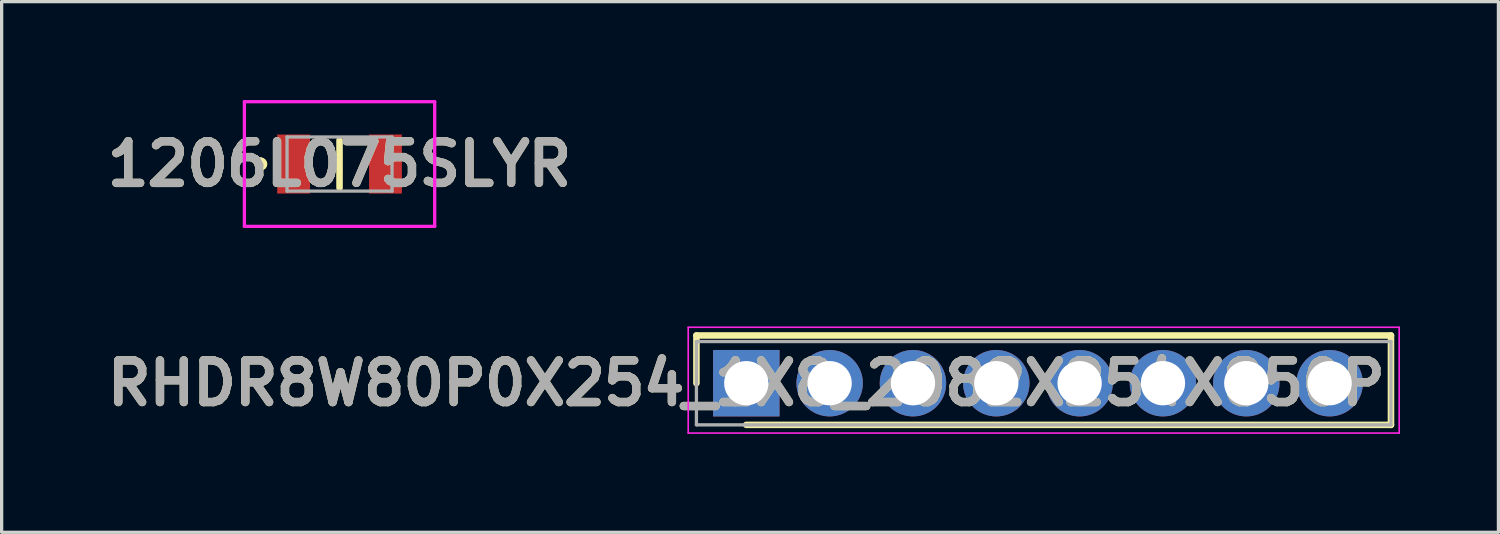
<source format=kicad_pcb>
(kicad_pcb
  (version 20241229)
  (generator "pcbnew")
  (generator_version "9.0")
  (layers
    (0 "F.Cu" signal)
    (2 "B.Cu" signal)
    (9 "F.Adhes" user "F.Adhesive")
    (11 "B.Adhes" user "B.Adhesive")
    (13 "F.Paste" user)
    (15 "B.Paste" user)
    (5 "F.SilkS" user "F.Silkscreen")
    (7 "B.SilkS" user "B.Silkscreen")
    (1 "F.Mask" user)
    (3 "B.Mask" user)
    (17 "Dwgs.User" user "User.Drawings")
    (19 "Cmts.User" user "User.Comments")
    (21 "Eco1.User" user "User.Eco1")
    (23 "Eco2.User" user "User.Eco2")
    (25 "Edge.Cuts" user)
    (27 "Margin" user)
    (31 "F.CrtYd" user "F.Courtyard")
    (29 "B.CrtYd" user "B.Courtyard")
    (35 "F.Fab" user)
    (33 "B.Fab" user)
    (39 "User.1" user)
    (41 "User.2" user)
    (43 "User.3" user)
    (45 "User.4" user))
  (footprint "1206L075SLYR"
    (layer "F.Cu")
    (at 7.299 1.95)
    (property "Reference" "1206L075SLYR" (at 0 0 0) (layer "F.SilkS") (effects (font (size 1.27 1.27) (thickness 0.254))))
    (attr smd)
    (fp_line (start -2.4 -0.1) (end -2.4 -0.1) (stroke (width 0.2) (type solid)) (layer "F.SilkS"))
    (fp_line (start -2.4 0.1) (end -2.4 0.1) (stroke (width 0.2) (type solid)) (layer "F.SilkS"))
    (fp_line (start 0 -0.725) (end 0 0.725) (stroke (width 0.2) (type solid)) (layer "F.SilkS"))
    (fp_arc (start -2.4 -0.1) (mid -2.3 0) (end -2.4 0.1) (stroke (width 0.2) (type solid)) (layer "F.SilkS"))
    (fp_arc (start -2.4 0.1) (mid -2.5 0) (end -2.4 -0.1) (stroke (width 0.2) (type solid)) (layer "F.SilkS"))
    (fp_line (start -2.9 -1.9) (end 2.9 -1.9) (stroke (width 0.1) (type solid)) (layer "F.CrtYd"))
    (fp_line (start -2.9 1.9) (end -2.9 -1.9) (stroke (width 0.1) (type solid)) (layer "F.CrtYd"))
    (fp_line (start 2.9 -1.9) (end 2.9 1.9) (stroke (width 0.1) (type solid)) (layer "F.CrtYd"))
    (fp_line (start 2.9 1.9) (end -2.9 1.9) (stroke (width 0.1) (type solid)) (layer "F.CrtYd"))
    (fp_line (start -1.6 -0.825) (end 1.6 -0.825) (stroke (width 0.1) (type solid)) (layer "F.Fab"))
    (fp_line (start -1.6 0.825) (end -1.6 -0.825) (stroke (width 0.1) (type solid)) (layer "F.Fab"))
    (fp_line (start 1.6 -0.825) (end 1.6 0.825) (stroke (width 0.1) (type solid)) (layer "F.Fab"))
    (fp_line (start 1.6 0.825) (end -1.6 0.825) (stroke (width 0.1) (type solid)) (layer "F.Fab"))
    (fp_text user "${REFERENCE}" (at 0 0 0) (layer "F.Fab") (effects (font (size 1.27 1.27) (thickness 0.254))))
    (pad "1" smd rect (at -1.4 0) (size 1 1.8) (layers "F.Cu" "F.Mask" "F.Paste"))
    (pad "2" smd rect (at 1.4 0) (size 1 1.8) (layers "F.Cu" "F.Mask" "F.Paste")))
  (footprint "RHDR8W80P0X254_1X8_2082X254X850P"
    (layer "F.Cu")
    (at 19.697 8.63)
    (property "Reference" "RHDR8W80P0X254_1X8_2082X254X850P" (at 0 0 0) (layer "F.SilkS") (effects (font (size 1.27 1.27) (thickness 0.254))))
    (attr through_hole)
    (fp_line (start -1.52 -1.455) (end -1.52 0) (stroke (width 0.2) (type solid)) (layer "F.SilkS"))
    (fp_line (start 0 1.27) (end 19.65 1.27) (stroke (width 0.2) (type solid)) (layer "F.SilkS"))
    (fp_line (start 19.65 -1.455) (end -1.52 -1.455) (stroke (width 0.2) (type solid)) (layer "F.SilkS"))
    (fp_line (start 19.65 1.27) (end 19.65 -1.455) (stroke (width 0.2) (type solid)) (layer "F.SilkS"))
    (fp_line (start -1.77 -1.705) (end 19.9 -1.705) (stroke (width 0.05) (type solid)) (layer "F.CrtYd"))
    (fp_line (start -1.77 1.52) (end -1.77 -1.705) (stroke (width 0.05) (type solid)) (layer "F.CrtYd"))
    (fp_line (start 19.9 -1.705) (end 19.9 1.52) (stroke (width 0.05) (type solid)) (layer "F.CrtYd"))
    (fp_line (start 19.9 1.52) (end -1.77 1.52) (stroke (width 0.05) (type solid)) (layer "F.CrtYd"))
    (fp_line (start -1.52 -1.27) (end 19.65 -1.27) (stroke (width 0.1) (type solid)) (layer "F.Fab"))
    (fp_line (start -1.52 1.27) (end -1.52 -1.27) (stroke (width 0.1) (type solid)) (layer "F.Fab"))
    (fp_line (start 19.65 -1.27) (end 19.65 1.27) (stroke (width 0.1) (type solid)) (layer "F.Fab"))
    (fp_line (start 19.65 1.27) (end -1.52 1.27) (stroke (width 0.1) (type solid)) (layer "F.Fab"))
    (fp_text user "${REFERENCE}" (at 0 0 0) (layer "F.Fab") (effects (font (size 1.27 1.27) (thickness 0.254))))
    (pad "1" thru_hole rect (at 0 0) (size 2.025 2.025) (drill 1.35) (layers "*.Cu" "*.Mask"))
    (pad "2" thru_hole circle (at 2.54 0) (size 2.025 2.025) (drill 1.35) (layers "*.Cu" "*.Mask"))
    (pad "3" thru_hole circle (at 5.08 0) (size 2.025 2.025) (drill 1.35) (layers "*.Cu" "*.Mask"))
    (pad "4" thru_hole circle (at 7.62 0) (size 2.025 2.025) (drill 1.35) (layers "*.Cu" "*.Mask"))
    (pad "5" thru_hole circle (at 10.16 0) (size 2.025 2.025) (drill 1.35) (layers "*.Cu" "*.Mask"))
    (pad "6" thru_hole circle (at 12.7 0) (size 2.025 2.025) (drill 1.35) (layers "*.Cu" "*.Mask"))
    (pad "7" thru_hole circle (at 15.24 0) (size 2.025 2.025) (drill 1.35) (layers "*.Cu" "*.Mask"))
    (pad "8" thru_hole circle (at 17.78 0) (size 2.025 2.025) (drill 1.35) (layers "*.Cu" "*.Mask")))
  (gr_rect
    (start -3 -3)
    (end 42.622 13.175)
    (stroke (width 0.1) (type default))
    (fill no)
    (layer "Edge.Cuts")))
</source>
